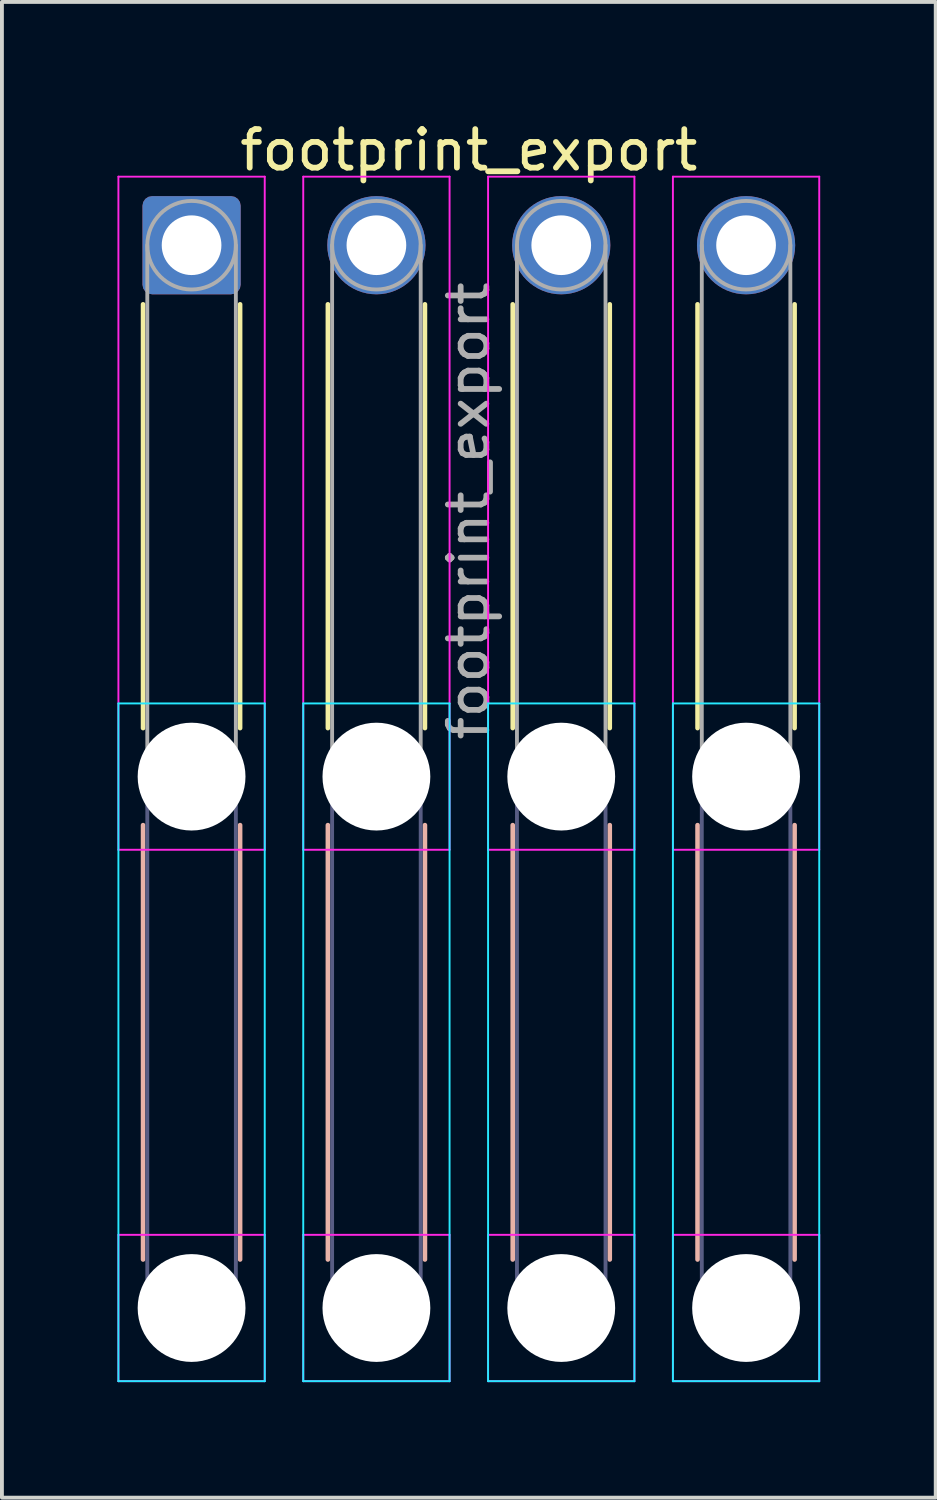
<source format=kicad_pcb>
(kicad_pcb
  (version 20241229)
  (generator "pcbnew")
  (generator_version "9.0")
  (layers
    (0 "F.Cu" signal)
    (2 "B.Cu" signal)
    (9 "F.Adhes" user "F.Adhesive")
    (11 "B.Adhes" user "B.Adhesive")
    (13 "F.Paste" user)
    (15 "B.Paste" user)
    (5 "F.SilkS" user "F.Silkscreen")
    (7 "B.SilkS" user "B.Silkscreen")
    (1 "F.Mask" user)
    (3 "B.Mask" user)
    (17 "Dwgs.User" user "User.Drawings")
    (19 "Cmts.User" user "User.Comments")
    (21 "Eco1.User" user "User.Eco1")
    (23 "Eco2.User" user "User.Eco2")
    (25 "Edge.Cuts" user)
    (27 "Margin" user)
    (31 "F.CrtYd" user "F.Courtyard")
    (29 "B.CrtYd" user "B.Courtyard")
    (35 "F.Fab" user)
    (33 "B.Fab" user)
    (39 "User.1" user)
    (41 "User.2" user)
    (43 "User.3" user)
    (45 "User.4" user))
  (footprint "footprint_export"
    (layer "F.Cu")
    (at 1.925 3.318)
    (property "Reference" "footprint_export" (at 7.2 -2.47 0) (layer "F.SilkS") (effects (font (size 1 1) (thickness 0.15))))
    (attr exclude_from_pos_files exclude_from_bom)
    (fp_line (start -1.26 1.535) (end -1.26 12.54) (stroke (width 0.12) (type solid)) (layer "F.SilkS"))
    (fp_line (start 1.26 1.535) (end 1.26 12.54) (stroke (width 0.12) (type solid)) (layer "F.SilkS"))
    (fp_line (start 3.54 1.535) (end 3.54 12.54) (stroke (width 0.12) (type solid)) (layer "F.SilkS"))
    (fp_line (start 6.06 1.535) (end 6.06 12.54) (stroke (width 0.12) (type solid)) (layer "F.SilkS"))
    (fp_line (start 8.34 1.535) (end 8.34 12.54) (stroke (width 0.12) (type solid)) (layer "F.SilkS"))
    (fp_line (start 10.86 1.535) (end 10.86 12.54) (stroke (width 0.12) (type solid)) (layer "F.SilkS"))
    (fp_line (start 13.14 1.535) (end 13.14 12.54) (stroke (width 0.12) (type solid)) (layer "F.SilkS"))
    (fp_line (start 15.66 1.535) (end 15.66 12.54) (stroke (width 0.12) (type solid)) (layer "F.SilkS"))
    (fp_line (start -1.26 15.06) (end -1.26 26.34) (stroke (width 0.12) (type solid)) (layer "B.SilkS"))
    (fp_line (start 1.26 15.06) (end 1.26 26.34) (stroke (width 0.12) (type solid)) (layer "B.SilkS"))
    (fp_line (start 3.54 15.06) (end 3.54 26.34) (stroke (width 0.12) (type solid)) (layer "B.SilkS"))
    (fp_line (start 6.06 15.06) (end 6.06 26.34) (stroke (width 0.12) (type solid)) (layer "B.SilkS"))
    (fp_line (start 8.34 15.06) (end 8.34 26.34) (stroke (width 0.12) (type solid)) (layer "B.SilkS"))
    (fp_line (start 10.86 15.06) (end 10.86 26.34) (stroke (width 0.12) (type solid)) (layer "B.SilkS"))
    (fp_line (start 13.14 15.06) (end 13.14 26.34) (stroke (width 0.12) (type solid)) (layer "B.SilkS"))
    (fp_line (start 15.66 15.06) (end 15.66 26.34) (stroke (width 0.12) (type solid)) (layer "B.SilkS"))
    (fp_line (start -1.9 11.9) (end -1.9 29.5) (stroke (width 0.05) (type solid)) (layer "B.CrtYd"))
    (fp_line (start -1.9 29.5) (end 1.9 29.5) (stroke (width 0.05) (type solid)) (layer "B.CrtYd"))
    (fp_line (start 1.9 11.9) (end -1.9 11.9) (stroke (width 0.05) (type solid)) (layer "B.CrtYd"))
    (fp_line (start 1.9 29.5) (end 1.9 11.9) (stroke (width 0.05) (type solid)) (layer "B.CrtYd"))
    (fp_line (start 2.9 11.9) (end 2.9 29.5) (stroke (width 0.05) (type solid)) (layer "B.CrtYd"))
    (fp_line (start 2.9 29.5) (end 6.7 29.5) (stroke (width 0.05) (type solid)) (layer "B.CrtYd"))
    (fp_line (start 6.7 11.9) (end 2.9 11.9) (stroke (width 0.05) (type solid)) (layer "B.CrtYd"))
    (fp_line (start 6.7 29.5) (end 6.7 11.9) (stroke (width 0.05) (type solid)) (layer "B.CrtYd"))
    (fp_line (start 7.7 11.9) (end 7.7 29.5) (stroke (width 0.05) (type solid)) (layer "B.CrtYd"))
    (fp_line (start 7.7 29.5) (end 11.5 29.5) (stroke (width 0.05) (type solid)) (layer "B.CrtYd"))
    (fp_line (start 11.5 11.9) (end 7.7 11.9) (stroke (width 0.05) (type solid)) (layer "B.CrtYd"))
    (fp_line (start 11.5 29.5) (end 11.5 11.9) (stroke (width 0.05) (type solid)) (layer "B.CrtYd"))
    (fp_line (start 12.5 11.9) (end 12.5 29.5) (stroke (width 0.05) (type solid)) (layer "B.CrtYd"))
    (fp_line (start 12.5 29.5) (end 16.3 29.5) (stroke (width 0.05) (type solid)) (layer "B.CrtYd"))
    (fp_line (start 16.3 11.9) (end 12.5 11.9) (stroke (width 0.05) (type solid)) (layer "B.CrtYd"))
    (fp_line (start 16.3 29.5) (end 16.3 11.9) (stroke (width 0.05) (type solid)) (layer "B.CrtYd"))
    (fp_line (start -1.9 -1.78) (end -1.9 15.7) (stroke (width 0.05) (type solid)) (layer "F.CrtYd"))
    (fp_line (start -1.9 15.7) (end 1.9 15.7) (stroke (width 0.05) (type solid)) (layer "F.CrtYd"))
    (fp_line (start -1.9 25.7) (end -1.9 29.5) (stroke (width 0.05) (type solid)) (layer "F.CrtYd"))
    (fp_line (start -1.9 29.5) (end 1.9 29.5) (stroke (width 0.05) (type solid)) (layer "F.CrtYd"))
    (fp_line (start 1.9 -1.78) (end -1.9 -1.78) (stroke (width 0.05) (type solid)) (layer "F.CrtYd"))
    (fp_line (start 1.9 15.7) (end 1.9 -1.78) (stroke (width 0.05) (type solid)) (layer "F.CrtYd"))
    (fp_line (start 1.9 25.7) (end -1.9 25.7) (stroke (width 0.05) (type solid)) (layer "F.CrtYd"))
    (fp_line (start 1.9 29.5) (end 1.9 25.7) (stroke (width 0.05) (type solid)) (layer "F.CrtYd"))
    (fp_line (start 2.9 -1.78) (end 2.9 15.7) (stroke (width 0.05) (type solid)) (layer "F.CrtYd"))
    (fp_line (start 2.9 15.7) (end 6.7 15.7) (stroke (width 0.05) (type solid)) (layer "F.CrtYd"))
    (fp_line (start 2.9 25.7) (end 2.9 29.5) (stroke (width 0.05) (type solid)) (layer "F.CrtYd"))
    (fp_line (start 2.9 29.5) (end 6.7 29.5) (stroke (width 0.05) (type solid)) (layer "F.CrtYd"))
    (fp_line (start 6.7 -1.78) (end 2.9 -1.78) (stroke (width 0.05) (type solid)) (layer "F.CrtYd"))
    (fp_line (start 6.7 15.7) (end 6.7 -1.78) (stroke (width 0.05) (type solid)) (layer "F.CrtYd"))
    (fp_line (start 6.7 25.7) (end 2.9 25.7) (stroke (width 0.05) (type solid)) (layer "F.CrtYd"))
    (fp_line (start 6.7 29.5) (end 6.7 25.7) (stroke (width 0.05) (type solid)) (layer "F.CrtYd"))
    (fp_line (start 7.7 -1.78) (end 7.7 15.7) (stroke (width 0.05) (type solid)) (layer "F.CrtYd"))
    (fp_line (start 7.7 15.7) (end 11.5 15.7) (stroke (width 0.05) (type solid)) (layer "F.CrtYd"))
    (fp_line (start 7.7 25.7) (end 7.7 29.5) (stroke (width 0.05) (type solid)) (layer "F.CrtYd"))
    (fp_line (start 7.7 29.5) (end 11.5 29.5) (stroke (width 0.05) (type solid)) (layer "F.CrtYd"))
    (fp_line (start 11.5 -1.78) (end 7.7 -1.78) (stroke (width 0.05) (type solid)) (layer "F.CrtYd"))
    (fp_line (start 11.5 15.7) (end 11.5 -1.78) (stroke (width 0.05) (type solid)) (layer "F.CrtYd"))
    (fp_line (start 11.5 25.7) (end 7.7 25.7) (stroke (width 0.05) (type solid)) (layer "F.CrtYd"))
    (fp_line (start 11.5 29.5) (end 11.5 25.7) (stroke (width 0.05) (type solid)) (layer "F.CrtYd"))
    (fp_line (start 12.5 -1.78) (end 12.5 15.7) (stroke (width 0.05) (type solid)) (layer "F.CrtYd"))
    (fp_line (start 12.5 15.7) (end 16.3 15.7) (stroke (width 0.05) (type solid)) (layer "F.CrtYd"))
    (fp_line (start 12.5 25.7) (end 12.5 29.5) (stroke (width 0.05) (type solid)) (layer "F.CrtYd"))
    (fp_line (start 12.5 29.5) (end 16.3 29.5) (stroke (width 0.05) (type solid)) (layer "F.CrtYd"))
    (fp_line (start 16.3 -1.78) (end 12.5 -1.78) (stroke (width 0.05) (type solid)) (layer "F.CrtYd"))
    (fp_line (start 16.3 15.7) (end 16.3 -1.78) (stroke (width 0.05) (type solid)) (layer "F.CrtYd"))
    (fp_line (start 16.3 25.7) (end 12.5 25.7) (stroke (width 0.05) (type solid)) (layer "F.CrtYd"))
    (fp_line (start 16.3 29.5) (end 16.3 25.7) (stroke (width 0.05) (type solid)) (layer "F.CrtYd"))
    (fp_line (start -1.15 13.8) (end -1.15 27.6) (stroke (width 0.1) (type solid)) (layer "B.Fab"))
    (fp_line (start 1.15 13.8) (end 1.15 27.6) (stroke (width 0.1) (type solid)) (layer "B.Fab"))
    (fp_line (start 3.65 13.8) (end 3.65 27.6) (stroke (width 0.1) (type solid)) (layer "B.Fab"))
    (fp_line (start 5.95 13.8) (end 5.95 27.6) (stroke (width 0.1) (type solid)) (layer "B.Fab"))
    (fp_line (start 8.45 13.8) (end 8.45 27.6) (stroke (width 0.1) (type solid)) (layer "B.Fab"))
    (fp_line (start 10.75 13.8) (end 10.75 27.6) (stroke (width 0.1) (type solid)) (layer "B.Fab"))
    (fp_line (start 13.25 13.8) (end 13.25 27.6) (stroke (width 0.1) (type solid)) (layer "B.Fab"))
    (fp_line (start 15.55 13.8) (end 15.55 27.6) (stroke (width 0.1) (type solid)) (layer "B.Fab"))
    (fp_circle (center 0 13.8) (end 1.15 13.8) (stroke (width 0.1) (type solid)) (fill no) (layer "B.Fab"))
    (fp_circle (center 0 27.6) (end 1.15 27.6) (stroke (width 0.1) (type solid)) (fill no) (layer "B.Fab"))
    (fp_circle (center 4.8 13.8) (end 5.95 13.8) (stroke (width 0.1) (type solid)) (fill no) (layer "B.Fab"))
    (fp_circle (center 4.8 27.6) (end 5.95 27.6) (stroke (width 0.1) (type solid)) (fill no) (layer "B.Fab"))
    (fp_circle (center 9.6 13.8) (end 10.75 13.8) (stroke (width 0.1) (type solid)) (fill no) (layer "B.Fab"))
    (fp_circle (center 9.6 27.6) (end 10.75 27.6) (stroke (width 0.1) (type solid)) (fill no) (layer "B.Fab"))
    (fp_circle (center 14.4 13.8) (end 15.55 13.8) (stroke (width 0.1) (type solid)) (fill no) (layer "B.Fab"))
    (fp_circle (center 14.4 27.6) (end 15.55 27.6) (stroke (width 0.1) (type solid)) (fill no) (layer "B.Fab"))
    (fp_line (start -1.15 0) (end -1.15 13.8) (stroke (width 0.1) (type solid)) (layer "F.Fab"))
    (fp_line (start 1.15 0) (end 1.15 13.8) (stroke (width 0.1) (type solid)) (layer "F.Fab"))
    (fp_line (start 3.65 0) (end 3.65 13.8) (stroke (width 0.1) (type solid)) (layer "F.Fab"))
    (fp_line (start 5.95 0) (end 5.95 13.8) (stroke (width 0.1) (type solid)) (layer "F.Fab"))
    (fp_line (start 8.45 0) (end 8.45 13.8) (stroke (width 0.1) (type solid)) (layer "F.Fab"))
    (fp_line (start 10.75 0) (end 10.75 13.8) (stroke (width 0.1) (type solid)) (layer "F.Fab"))
    (fp_line (start 13.25 0) (end 13.25 13.8) (stroke (width 0.1) (type solid)) (layer "F.Fab"))
    (fp_line (start 15.55 0) (end 15.55 13.8) (stroke (width 0.1) (type solid)) (layer "F.Fab"))
    (fp_circle (center 0 0) (end 1.15 0) (stroke (width 0.1) (type solid)) (fill no) (layer "F.Fab"))
    (fp_circle (center 0 13.8) (end 1.15 13.8) (stroke (width 0.1) (type solid)) (fill no) (layer "F.Fab"))
    (fp_circle (center 0 27.6) (end 1.15 27.6) (stroke (width 0.1) (type solid)) (fill no) (layer "F.Fab"))
    (fp_circle (center 4.8 0) (end 5.95 0) (stroke (width 0.1) (type solid)) (fill no) (layer "F.Fab"))
    (fp_circle (center 4.8 13.8) (end 5.95 13.8) (stroke (width 0.1) (type solid)) (fill no) (layer "F.Fab"))
    (fp_circle (center 4.8 27.6) (end 5.95 27.6) (stroke (width 0.1) (type solid)) (fill no) (layer "F.Fab"))
    (fp_circle (center 9.6 0) (end 10.75 0) (stroke (width 0.1) (type solid)) (fill no) (layer "F.Fab"))
    (fp_circle (center 9.6 13.8) (end 10.75 13.8) (stroke (width 0.1) (type solid)) (fill no) (layer "F.Fab"))
    (fp_circle (center 9.6 27.6) (end 10.75 27.6) (stroke (width 0.1) (type solid)) (fill no) (layer "F.Fab"))
    (fp_circle (center 14.4 0) (end 15.55 0) (stroke (width 0.1) (type solid)) (fill no) (layer "F.Fab"))
    (fp_circle (center 14.4 13.8) (end 15.55 13.8) (stroke (width 0.1) (type solid)) (fill no) (layer "F.Fab"))
    (fp_circle (center 14.4 27.6) (end 15.55 27.6) (stroke (width 0.1) (type solid)) (fill no) (layer "F.Fab"))
    (fp_text user "${REFERENCE}" (at 7.2 6.9 90) (layer "F.Fab") (effects (font (size 1 1) (thickness 0.15))))
    (pad "" np_thru_hole circle (at 0 13.8) (size 2.8 2.8) (drill 2.8) (layers "*.Cu" "*.Mask"))
    (pad "" np_thru_hole circle (at 0 27.6) (size 2.8 2.8) (drill 2.8) (layers "*.Cu" "*.Mask"))
    (pad "" np_thru_hole circle (at 4.8 13.8) (size 2.8 2.8) (drill 2.8) (layers "*.Cu" "*.Mask"))
    (pad "" np_thru_hole circle (at 4.8 27.6) (size 2.8 2.8) (drill 2.8) (layers "*.Cu" "*.Mask"))
    (pad "" np_thru_hole circle (at 9.6 13.8) (size 2.8 2.8) (drill 2.8) (layers "*.Cu" "*.Mask"))
    (pad "" np_thru_hole circle (at 9.6 27.6) (size 2.8 2.8) (drill 2.8) (layers "*.Cu" "*.Mask"))
    (pad "" np_thru_hole circle (at 14.4 13.8) (size 2.8 2.8) (drill 2.8) (layers "*.Cu" "*.Mask"))
    (pad "" np_thru_hole circle (at 14.4 27.6) (size 2.8 2.8) (drill 2.8) (layers "*.Cu" "*.Mask"))
    (pad "1" thru_hole roundrect (at 0 0) (size 2.55 2.55) (drill 1.55) (layers "*.Cu" "*.Mask") (roundrect_rratio 0.098))
    (pad "2" thru_hole circle (at 4.8 0) (size 2.55 2.55) (drill 1.55) (layers "*.Cu" "*.Mask"))
    (pad "3" thru_hole circle (at 9.6 0) (size 2.55 2.55) (drill 1.55) (layers "*.Cu" "*.Mask"))
    (pad "4" thru_hole circle (at 14.4 0) (size 2.55 2.55) (drill 1.55) (layers "*.Cu" "*.Mask")))
  (gr_rect
    (start -3 -3)
    (end 21.25 35.843)
    (stroke (width 0.1) (type default))
    (fill no)
    (layer "Edge.Cuts")))
</source>
